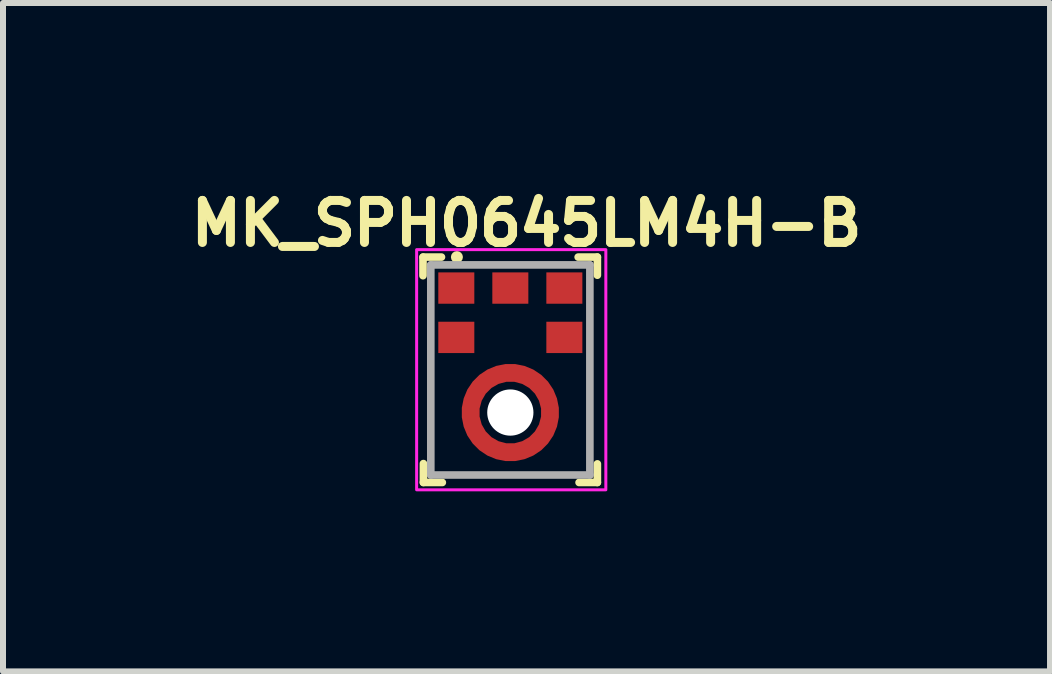
<source format=kicad_pcb>
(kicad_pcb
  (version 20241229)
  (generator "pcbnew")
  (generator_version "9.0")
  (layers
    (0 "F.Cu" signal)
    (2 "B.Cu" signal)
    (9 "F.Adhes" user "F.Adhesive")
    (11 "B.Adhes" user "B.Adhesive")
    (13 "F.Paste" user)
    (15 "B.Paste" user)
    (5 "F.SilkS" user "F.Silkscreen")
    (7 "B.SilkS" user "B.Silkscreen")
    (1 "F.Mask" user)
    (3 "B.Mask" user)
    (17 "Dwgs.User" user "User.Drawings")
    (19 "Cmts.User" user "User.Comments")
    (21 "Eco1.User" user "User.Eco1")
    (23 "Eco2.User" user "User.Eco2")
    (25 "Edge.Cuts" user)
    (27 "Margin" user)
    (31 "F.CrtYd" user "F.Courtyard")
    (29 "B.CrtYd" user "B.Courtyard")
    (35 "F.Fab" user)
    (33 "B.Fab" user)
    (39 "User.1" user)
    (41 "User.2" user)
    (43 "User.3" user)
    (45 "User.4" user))
  (footprint "MK_SPH0645LM4H-B"
    (layer "F.Cu")
    (at 5.452 3.823)
    (property "Reference" "MK_SPH0645LM4H-B" (at 0.27 -3.15 0) (layer "F.SilkS") (effects (font (size 0.7 0.7) (thickness 0.15) (bold yes))))
    (attr smd)
    (fp_circle (center 0 0) (end 0.662 0) (stroke (width 0.3) (type default)) (fill no) (layer "F.Mask"))
    (fp_line (start -1.455 -2.28) (end -1.455 -2.59) (stroke (width 0.127) (type solid)) (layer "F.SilkS"))
    (fp_line (start -1.452 -2.59) (end -1.147 -2.59) (stroke (width 0.127) (type solid)) (layer "F.SilkS"))
    (fp_line (start -1.448 1.165) (end -1.448 0.85) (stroke (width 0.127) (type solid)) (layer "F.SilkS"))
    (fp_line (start -1.133 1.165) (end -1.448 1.165) (stroke (width 0.127) (type solid)) (layer "F.SilkS"))
    (fp_line (start 1.13 -2.59) (end 1.45 -2.59) (stroke (width 0.127) (type solid)) (layer "F.SilkS"))
    (fp_line (start 1.45 -2.59) (end 1.45 -2.288) (stroke (width 0.127) (type solid)) (layer "F.SilkS"))
    (fp_line (start 1.45 0.855) (end 1.45 1.165) (stroke (width 0.127) (type solid)) (layer "F.SilkS"))
    (fp_line (start 1.45 1.165) (end 1.145 1.165) (stroke (width 0.127) (type solid)) (layer "F.SilkS"))
    (fp_circle (center -0.89 -2.59) (end -0.84 -2.59) (stroke (width 0.1) (type solid)) (fill no) (layer "F.SilkS"))
    (fp_poly (pts (xy 0.38 0.53) (xy 0.28 0.425) (xy 0.23 0.46) (xy 0.12 0.5) (xy 0 0.514) (xy -0.12 0.5) (xy -0.225 0.462) (xy -0.288 0.426) (xy -0.385 0.525) (xy -0.5 0.64) (xy -0.405 0.705) (xy -0.31 0.75) (xy -0.22 0.78) (xy -0.14 0.8) (xy 0 0.81) (xy 0.16 0.796) (xy 0.31 0.75) (xy 0.425 0.69) (xy 0.495 0.645)) (stroke (width 0.001) (type solid)) (fill yes) (layer "F.Paste"))
    (fp_poly (pts (xy -0.375 -0.53) (xy -0.28 -0.435) (xy -0.23 -0.46) (xy -0.175 -0.485) (xy -0.12 -0.5) (xy -0.06 -0.51) (xy 0 -0.514) (xy 0.12 -0.5) (xy 0.225 -0.462) (xy 0.283 -0.426) (xy 0.385 -0.525) (xy 0.5 -0.64) (xy 0.41 -0.7) (xy 0.31 -0.75) (xy 0.23 -0.78) (xy 0.14 -0.8) (xy 0 -0.81) (xy -0.16 -0.796) (xy -0.31 -0.75) (xy -0.415 -0.7) (xy -0.49 -0.645)) (stroke (width 0.001) (type solid)) (fill yes) (layer "F.Paste"))
    (fp_poly (pts (xy 0.53 -0.385) (xy 0.425 -0.28) (xy 0.46 -0.23) (xy 0.5 -0.12) (xy 0.514 0) (xy 0.5 0.12) (xy 0.462 0.225) (xy 0.421 0.283) (xy 0.52 0.38) (xy 0.64 0.5) (xy 0.705 0.405) (xy 0.75 0.31) (xy 0.78 0.23) (xy 0.8 0.14) (xy 0.81 0.06) (xy 0.81 -0.065) (xy 0.796 -0.16) (xy 0.78 -0.235) (xy 0.75 -0.31) (xy 0.705 -0.405) (xy 0.64 -0.5)) (stroke (width 0.001) (type solid)) (fill yes) (layer "F.Paste"))
    (fp_poly (pts (xy -0.53 0.385) (xy -0.43 0.285) (xy -0.465 0.23) (xy -0.505 0.12) (xy -0.51 0.12) (xy -0.505 0.11) (xy -0.52 0.005) (xy -0.524 -0.005) (xy -0.52 -0.005) (xy -0.505 -0.125) (xy -0.462 -0.225) (xy -0.426 -0.293) (xy -0.525 -0.39) (xy -0.635 -0.505) (xy -0.7 -0.41) (xy -0.75 -0.31) (xy -0.78 -0.22) (xy -0.8 -0.14) (xy -0.81 0) (xy -0.796 0.16) (xy -0.75 0.31) (xy -0.705 0.4) (xy -0.64 0.5)) (stroke (width 0.001) (type solid)) (fill yes) (layer "F.Paste"))
    (fp_rect (start -1.561 -2.714) (end 1.591 1.287) (stroke (width 0.05) (type default)) (fill no) (layer "F.CrtYd"))
    (fp_line (start -1.325 -2.46) (end 1.325 -2.46) (stroke (width 0.127) (type solid)) (layer "F.Fab"))
    (fp_line (start -1.325 1.04) (end -1.325 -2.46) (stroke (width 0.127) (type solid)) (layer "F.Fab"))
    (fp_line (start 1.325 -2.46) (end 1.325 1.04) (stroke (width 0.127) (type solid)) (layer "F.Fab"))
    (fp_line (start 1.325 1.04) (end -1.325 1.04) (stroke (width 0.127) (type solid)) (layer "F.Fab"))
    (fp_line (start -1.31 -2.46) (end -1.31 1.04) (stroke (width 0.01) (type solid)) (layer "User.9"))
    (fp_line (start -1.31 1.04) (end 1.34 1.04) (stroke (width 0.01) (type solid)) (layer "User.9"))
    (fp_line (start -1.215 -2.085) (end -1.215 0.665) (stroke (width 0.01) (type solid)) (layer "User.9"))
    (fp_line (start -1.215 -2.085) (end -1.132 -2.085) (stroke (width 0.01) (type solid)) (layer "User.9"))
    (fp_line (start -1.215 0.665) (end -1.212 0.709) (stroke (width 0.01) (type solid)) (layer "User.9"))
    (fp_line (start -1.212 -2.129) (end -1.215 -2.085) (stroke (width 0.01) (type solid)) (layer "User.9"))
    (fp_line (start -1.212 0.709) (end -1.201 0.752) (stroke (width 0.01) (type solid)) (layer "User.9"))
    (fp_line (start -1.201 -2.172) (end -1.212 -2.129) (stroke (width 0.01) (type solid)) (layer "User.9"))
    (fp_line (start -1.201 0.752) (end -1.184 0.792) (stroke (width 0.01) (type solid)) (layer "User.9"))
    (fp_line (start -1.184 -2.212) (end -1.201 -2.172) (stroke (width 0.01) (type solid)) (layer "User.9"))
    (fp_line (start -1.184 0.792) (end -1.162 0.83) (stroke (width 0.01) (type solid)) (layer "User.9"))
    (fp_line (start -1.162 -2.25) (end -1.184 -2.212) (stroke (width 0.01) (type solid)) (layer "User.9"))
    (fp_line (start -1.162 0.83) (end -1.133 0.863) (stroke (width 0.01) (type solid)) (layer "User.9"))
    (fp_line (start -1.135 -2.085) (end -1.135 0.665) (stroke (width 0.01) (type solid)) (layer "User.9"))
    (fp_line (start -1.135 0.665) (end -1.132 0.665) (stroke (width 0.01) (type solid)) (layer "User.9"))
    (fp_line (start -1.135 0.665) (end -1.131 0.704) (stroke (width 0.01) (type solid)) (layer "User.9"))
    (fp_line (start -1.135 0.665) (end -1.11 0.665) (stroke (width 0.01) (type default)) (layer "User.9"))
    (fp_line (start -1.133 -2.283) (end -1.162 -2.25) (stroke (width 0.01) (type solid)) (layer "User.9"))
    (fp_line (start -1.133 0.863) (end -1.1 0.892) (stroke (width 0.01) (type solid)) (layer "User.9"))
    (fp_line (start -1.132 -2.085) (end -1.129 -2.085) (stroke (width 0.01) (type solid)) (layer "User.9"))
    (fp_line (start -1.132 0.665) (end -1.129 0.665) (stroke (width 0.01) (type solid)) (layer "User.9"))
    (fp_line (start -1.131 -2.124) (end -1.135 -2.085) (stroke (width 0.01) (type solid)) (layer "User.9"))
    (fp_line (start -1.131 0.704) (end -1.12 0.742) (stroke (width 0.01) (type solid)) (layer "User.9"))
    (fp_line (start -1.129 -2.085) (end -1.127 -2.085) (stroke (width 0.01) (type solid)) (layer "User.9"))
    (fp_line (start -1.129 0.665) (end -1.127 0.665) (stroke (width 0.01) (type solid)) (layer "User.9"))
    (fp_line (start -1.127 -2.085) (end -1.124 -2.085) (stroke (width 0.01) (type solid)) (layer "User.9"))
    (fp_line (start -1.127 0.665) (end -1.124 0.665) (stroke (width 0.01) (type solid)) (layer "User.9"))
    (fp_line (start -1.124 -2.085) (end -1.122 -2.085) (stroke (width 0.01) (type solid)) (layer "User.9"))
    (fp_line (start -1.124 0.665) (end -1.122 0.665) (stroke (width 0.01) (type solid)) (layer "User.9"))
    (fp_line (start -1.122 -2.085) (end -1.119 -2.085) (stroke (width 0.01) (type solid)) (layer "User.9"))
    (fp_line (start -1.122 0.665) (end -1.119 0.665) (stroke (width 0.01) (type solid)) (layer "User.9"))
    (fp_line (start -1.12 -2.162) (end -1.131 -2.124) (stroke (width 0.01) (type solid)) (layer "User.9"))
    (fp_line (start -1.12 0.742) (end -1.101 0.776) (stroke (width 0.01) (type solid)) (layer "User.9"))
    (fp_line (start -1.119 -2.085) (end -1.117 -2.085) (stroke (width 0.01) (type solid)) (layer "User.9"))
    (fp_line (start -1.119 0.665) (end -1.117 0.665) (stroke (width 0.01) (type solid)) (layer "User.9"))
    (fp_line (start -1.117 -2.085) (end -1.115 -2.085) (stroke (width 0.01) (type solid)) (layer "User.9"))
    (fp_line (start -1.117 0.665) (end -1.115 0.665) (stroke (width 0.01) (type solid)) (layer "User.9"))
    (fp_line (start -1.115 -2.085) (end -1.114 -2.085) (stroke (width 0.01) (type solid)) (layer "User.9"))
    (fp_line (start -1.115 0.665) (end -1.114 0.665) (stroke (width 0.01) (type solid)) (layer "User.9"))
    (fp_line (start -1.114 -2.085) (end -1.112 -2.085) (stroke (width 0.01) (type solid)) (layer "User.9"))
    (fp_line (start -1.114 0.665) (end -1.112 0.665) (stroke (width 0.01) (type solid)) (layer "User.9"))
    (fp_line (start -1.112 -2.085) (end -1.111 -2.085) (stroke (width 0.01) (type solid)) (layer "User.9"))
    (fp_line (start -1.112 0.665) (end -1.111 0.665) (stroke (width 0.01) (type solid)) (layer "User.9"))
    (fp_line (start -1.111 -2.085) (end -1.111 -2.085) (stroke (width 0.01) (type solid)) (layer "User.9"))
    (fp_line (start -1.111 0.665) (end -1.111 0.665) (stroke (width 0.01) (type solid)) (layer "User.9"))
    (fp_line (start -1.111 -2.085) (end -1.11 -2.085) (stroke (width 0.01) (type solid)) (layer "User.9"))
    (fp_line (start -1.111 0.665) (end -1.11 0.665) (stroke (width 0.01) (type solid)) (layer "User.9"))
    (fp_line (start -1.11 -2.085) (end -0.935 -2.085) (stroke (width 0.01) (type solid)) (layer "User.9"))
    (fp_line (start -1.11 0.665) (end -1.11 0.665) (stroke (width 0.01) (type solid)) (layer "User.9"))
    (fp_line (start -1.11 -2.085) (end -1.109 -2.085) (stroke (width 0.01) (type solid)) (layer "User.9"))
    (fp_line (start -1.11 -2.085) (end -1.107 -2.119) (stroke (width 0.01) (type solid)) (layer "User.9"))
    (fp_line (start -1.11 -2.085) (end -1.107 -2.119) (stroke (width 0.01) (type solid)) (layer "User.9"))
    (fp_line (start -1.11 0.665) (end -1.11 -2.085) (stroke (width 0.01) (type solid)) (layer "User.9"))
    (fp_line (start -1.11 0.665) (end -1.109 0.665) (stroke (width 0.01) (type solid)) (layer "User.9"))
    (fp_line (start -1.109 -2.085) (end -1.106 -2.085) (stroke (width 0.01) (type solid)) (layer "User.9"))
    (fp_line (start -1.109 0.665) (end -1.106 0.665) (stroke (width 0.01) (type solid)) (layer "User.9"))
    (fp_line (start -1.107 -2.119) (end -1.097 -2.152) (stroke (width 0.01) (type solid)) (layer "User.9"))
    (fp_line (start -1.107 -2.119) (end -1.097 -2.152) (stroke (width 0.01) (type solid)) (layer "User.9"))
    (fp_line (start -1.107 0.699) (end -1.11 0.665) (stroke (width 0.01) (type solid)) (layer "User.9"))
    (fp_line (start -1.107 0.699) (end -1.11 0.665) (stroke (width 0.01) (type solid)) (layer "User.9"))
    (fp_line (start -1.106 -2.085) (end -1.102 -2.085) (stroke (width 0.01) (type solid)) (layer "User.9"))
    (fp_line (start -1.106 0.665) (end -1.102 0.665) (stroke (width 0.01) (type solid)) (layer "User.9"))
    (fp_line (start -1.102 -2.085) (end -0.96 -2.085) (stroke (width 0.01) (type solid)) (layer "User.9"))
    (fp_line (start -1.102 0.665) (end -1.095 0.665) (stroke (width 0.01) (type solid)) (layer "User.9"))
    (fp_line (start -1.101 -2.196) (end -1.12 -2.162) (stroke (width 0.01) (type solid)) (layer "User.9"))
    (fp_line (start -1.101 0.776) (end -1.076 0.806) (stroke (width 0.01) (type solid)) (layer "User.9"))
    (fp_line (start -1.1 -2.312) (end -1.133 -2.283) (stroke (width 0.01) (type solid)) (layer "User.9"))
    (fp_line (start -1.1 0.892) (end -1.062 0.914) (stroke (width 0.01) (type solid)) (layer "User.9"))
    (fp_line (start -1.097 -2.152) (end -1.081 -2.182) (stroke (width 0.01) (type solid)) (layer "User.9"))
    (fp_line (start -1.097 -2.152) (end -1.081 -2.182) (stroke (width 0.01) (type solid)) (layer "User.9"))
    (fp_line (start -1.097 0.732) (end -1.107 0.699) (stroke (width 0.01) (type solid)) (layer "User.9"))
    (fp_line (start -1.097 0.732) (end -1.107 0.699) (stroke (width 0.01) (type solid)) (layer "User.9"))
    (fp_line (start -1.095 -2.085) (end -1.102 -2.085) (stroke (width 0.01) (type default)) (layer "User.9"))
    (fp_line (start -1.095 -2.085) (end -1.087 -2.085) (stroke (width 0.01) (type solid)) (layer "User.9"))
    (fp_line (start -1.095 0.665) (end -1.087 0.665) (stroke (width 0.01) (type solid)) (layer "User.9"))
    (fp_line (start -1.087 -2.085) (end -1.077 -2.085) (stroke (width 0.01) (type solid)) (layer "User.9"))
    (fp_line (start -1.087 0.665) (end -1.077 0.665) (stroke (width 0.01) (type solid)) (layer "User.9"))
    (fp_line (start -1.081 -2.182) (end -1.059 -2.209) (stroke (width 0.01) (type solid)) (layer "User.9"))
    (fp_line (start -1.081 -2.182) (end -1.059 -2.209) (stroke (width 0.01) (type solid)) (layer "User.9"))
    (fp_line (start -1.081 0.762) (end -1.097 0.732) (stroke (width 0.01) (type solid)) (layer "User.9"))
    (fp_line (start -1.081 0.762) (end -1.097 0.732) (stroke (width 0.01) (type solid)) (layer "User.9"))
    (fp_line (start -1.077 -2.085) (end -1.066 -2.085) (stroke (width 0.01) (type solid)) (layer "User.9"))
    (fp_line (start -1.077 0.665) (end -1.066 0.665) (stroke (width 0.01) (type solid)) (layer "User.9"))
    (fp_line (start -1.076 -2.226) (end -1.101 -2.196) (stroke (width 0.01) (type solid)) (layer "User.9"))
    (fp_line (start -1.076 0.806) (end -1.046 0.831) (stroke (width 0.01) (type solid)) (layer "User.9"))
    (fp_line (start -1.066 -2.085) (end -1.054 -2.085) (stroke (width 0.01) (type solid)) (layer "User.9"))
    (fp_line (start -1.066 0.665) (end -1.054 0.665) (stroke (width 0.01) (type solid)) (layer "User.9"))
    (fp_line (start -1.062 -2.334) (end -1.1 -2.312) (stroke (width 0.01) (type solid)) (layer "User.9"))
    (fp_line (start -1.062 0.914) (end -1.022 0.931) (stroke (width 0.01) (type solid)) (layer "User.9"))
    (fp_line (start -1.059 -2.209) (end -1.032 -2.231) (stroke (width 0.01) (type solid)) (layer "User.9"))
    (fp_line (start -1.059 -2.209) (end -1.032 -2.231) (stroke (width 0.01) (type solid)) (layer "User.9"))
    (fp_line (start -1.059 0.789) (end -1.081 0.762) (stroke (width 0.01) (type solid)) (layer "User.9"))
    (fp_line (start -1.059 0.789) (end -1.081 0.762) (stroke (width 0.01) (type solid)) (layer "User.9"))
    (fp_line (start -1.054 -2.085) (end -1.04 -2.085) (stroke (width 0.01) (type solid)) (layer "User.9"))
    (fp_line (start -1.054 0.665) (end -1.04 0.665) (stroke (width 0.01) (type solid)) (layer "User.9"))
    (fp_line (start -1.046 -2.251) (end -1.076 -2.226) (stroke (width 0.01) (type solid)) (layer "User.9"))
    (fp_line (start -1.046 0.831) (end -1.012 0.85) (stroke (width 0.01) (type solid)) (layer "User.9"))
    (fp_line (start -1.04 -2.085) (end -1.025 -2.085) (stroke (width 0.01) (type solid)) (layer "User.9"))
    (fp_line (start -1.04 0.665) (end -1.025 0.665) (stroke (width 0.01) (type solid)) (layer "User.9"))
    (fp_line (start -1.032 -2.231) (end -1.002 -2.247) (stroke (width 0.01) (type solid)) (layer "User.9"))
    (fp_line (start -1.032 -2.231) (end -1.002 -2.247) (stroke (width 0.01) (type solid)) (layer "User.9"))
    (fp_line (start -1.032 0.811) (end -1.059 0.789) (stroke (width 0.01) (type solid)) (layer "User.9"))
    (fp_line (start -1.032 0.811) (end -1.059 0.789) (stroke (width 0.01) (type solid)) (layer "User.9"))
    (fp_line (start -1.025 -2.085) (end -1.01 -2.085) (stroke (width 0.01) (type solid)) (layer "User.9"))
    (fp_line (start -1.025 0.665) (end -1.01 0.665) (stroke (width 0.01) (type solid)) (layer "User.9"))
    (fp_line (start -1.022 -2.351) (end -1.062 -2.334) (stroke (width 0.01) (type solid)) (layer "User.9"))
    (fp_line (start -1.022 0.931) (end -0.979 0.942) (stroke (width 0.01) (type solid)) (layer "User.9"))
    (fp_line (start -1.012 -2.27) (end -1.046 -2.251) (stroke (width 0.01) (type solid)) (layer "User.9"))
    (fp_line (start -1.012 0.85) (end -0.974 0.861) (stroke (width 0.01) (type solid)) (layer "User.9"))
    (fp_line (start -1.01 -2.085) (end -0.993 -2.085) (stroke (width 0.01) (type solid)) (layer "User.9"))
    (fp_line (start -1.01 0.665) (end -0.993 0.665) (stroke (width 0.01) (type solid)) (layer "User.9"))
    (fp_line (start -1.002 -2.247) (end -0.969 -2.257) (stroke (width 0.01) (type solid)) (layer "User.9"))
    (fp_line (start -1.002 -2.247) (end -0.969 -2.257) (stroke (width 0.01) (type solid)) (layer "User.9"))
    (fp_line (start -1.002 0.827) (end -1.032 0.811) (stroke (width 0.01) (type solid)) (layer "User.9"))
    (fp_line (start -1.002 0.827) (end -1.032 0.811) (stroke (width 0.01) (type solid)) (layer "User.9"))
    (fp_line (start -0.993 -2.085) (end -0.977 -2.085) (stroke (width 0.01) (type solid)) (layer "User.9"))
    (fp_line (start -0.993 0.665) (end -0.977 0.665) (stroke (width 0.01) (type solid)) (layer "User.9"))
    (fp_line (start -0.979 -2.362) (end -1.022 -2.351) (stroke (width 0.01) (type solid)) (layer "User.9"))
    (fp_line (start -0.979 0.942) (end -0.935 0.945) (stroke (width 0.01) (type solid)) (layer "User.9"))
    (fp_line (start -0.977 -2.085) (end -0.96 -2.085) (stroke (width 0.01) (type solid)) (layer "User.9"))
    (fp_line (start -0.977 0.665) (end -0.935 0.665) (stroke (width 0.01) (type solid)) (layer "User.9"))
    (fp_line (start -0.974 -2.281) (end -1.012 -2.27) (stroke (width 0.01) (type solid)) (layer "User.9"))
    (fp_line (start -0.974 0.861) (end -0.935 0.865) (stroke (width 0.01) (type solid)) (layer "User.9"))
    (fp_line (start -0.969 -2.257) (end -0.935 -2.26) (stroke (width 0.01) (type solid)) (layer "User.9"))
    (fp_line (start -0.969 -2.257) (end -0.935 -2.26) (stroke (width 0.01) (type solid)) (layer "User.9"))
    (fp_line (start -0.969 0.837) (end -1.002 0.827) (stroke (width 0.01) (type solid)) (layer "User.9"))
    (fp_line (start -0.969 0.837) (end -1.002 0.827) (stroke (width 0.01) (type solid)) (layer "User.9"))
    (fp_line (start -0.96 -2.085) (end -0.96 0.665) (stroke (width 0.01) (type solid)) (layer "User.9"))
    (fp_line (start -0.96 0.665) (end -0.957 0.677) (stroke (width 0.01) (type solid)) (layer "User.9"))
    (fp_line (start -0.957 -2.098) (end -0.96 -2.085) (stroke (width 0.01) (type default)) (layer "User.9"))
    (fp_line (start -0.957 0.677) (end -0.948 0.687) (stroke (width 0.01) (type solid)) (layer "User.9"))
    (fp_line (start -0.948 -2.107) (end -0.957 -2.098) (stroke (width 0.01) (type solid)) (layer "User.9"))
    (fp_line (start -0.948 0.687) (end -0.935 0.69) (stroke (width 0.01) (type solid)) (layer "User.9"))
    (fp_line (start -0.935 -2.365) (end -0.979 -2.362) (stroke (width 0.01) (type solid)) (layer "User.9"))
    (fp_line (start -0.935 -2.285) (end -0.974 -2.281) (stroke (width 0.01) (type solid)) (layer "User.9"))
    (fp_line (start -0.935 -2.285) (end -0.935 -2.282) (stroke (width 0.01) (type solid)) (layer "User.9"))
    (fp_line (start -0.935 -2.285) (end -0.935 -2.259) (stroke (width 0.01) (type solid)) (layer "User.9"))
    (fp_line (start -0.935 -2.282) (end -0.935 -2.279) (stroke (width 0.01) (type solid)) (layer "User.9"))
    (fp_line (start -0.935 -2.279) (end -0.935 -2.277) (stroke (width 0.01) (type solid)) (layer "User.9"))
    (fp_line (start -0.935 -2.277) (end -0.935 -2.274) (stroke (width 0.01) (type solid)) (layer "User.9"))
    (fp_line (start -0.935 -2.274) (end -0.935 -2.272) (stroke (width 0.01) (type solid)) (layer "User.9"))
    (fp_line (start -0.935 -2.272) (end -0.935 -2.269) (stroke (width 0.01) (type solid)) (layer "User.9"))
    (fp_line (start -0.935 -2.269) (end -0.935 -2.267) (stroke (width 0.01) (type solid)) (layer "User.9"))
    (fp_line (start -0.935 -2.267) (end -0.935 -2.265) (stroke (width 0.01) (type solid)) (layer "User.9"))
    (fp_line (start -0.935 -2.265) (end -0.935 -2.264) (stroke (width 0.01) (type solid)) (layer "User.9"))
    (fp_line (start -0.935 -2.264) (end -0.935 -2.262) (stroke (width 0.01) (type solid)) (layer "User.9"))
    (fp_line (start -0.935 -2.262) (end -0.935 -2.261) (stroke (width 0.01) (type solid)) (layer "User.9"))
    (fp_line (start -0.935 -2.261) (end -0.935 -2.261) (stroke (width 0.01) (type solid)) (layer "User.9"))
    (fp_line (start -0.935 -2.261) (end -0.935 -2.26) (stroke (width 0.01) (type solid)) (layer "User.9"))
    (fp_line (start -0.935 -2.26) (end -0.935 -2.26) (stroke (width 0.01) (type solid)) (layer "User.9"))
    (fp_line (start -0.935 -2.26) (end 0.965 -2.26) (stroke (width 0.01) (type solid)) (layer "User.9"))
    (fp_line (start -0.935 -2.259) (end -0.935 -2.256) (stroke (width 0.01) (type solid)) (layer "User.9"))
    (fp_line (start -0.935 -2.256) (end -0.935 -2.252) (stroke (width 0.01) (type solid)) (layer "User.9"))
    (fp_line (start -0.935 -2.252) (end -0.935 -2.245) (stroke (width 0.01) (type solid)) (layer "User.9"))
    (fp_line (start -0.935 -2.245) (end -0.935 -2.237) (stroke (width 0.01) (type solid)) (layer "User.9"))
    (fp_line (start -0.935 -2.237) (end -0.935 -2.227) (stroke (width 0.01) (type solid)) (layer "User.9"))
    (fp_line (start -0.935 -2.227) (end -0.935 -2.216) (stroke (width 0.01) (type solid)) (layer "User.9"))
    (fp_line (start -0.935 -2.216) (end -0.935 -2.204) (stroke (width 0.01) (type solid)) (layer "User.9"))
    (fp_line (start -0.935 -2.204) (end -0.935 -2.19) (stroke (width 0.01) (type solid)) (layer "User.9"))
    (fp_line (start -0.935 -2.19) (end -0.935 -2.175) (stroke (width 0.01) (type solid)) (layer "User.9"))
    (fp_line (start -0.935 -2.175) (end -0.935 -2.16) (stroke (width 0.01) (type solid)) (layer "User.9"))
    (fp_line (start -0.935 -2.16) (end -0.935 -2.143) (stroke (width 0.01) (type solid)) (layer "User.9"))
    (fp_line (start -0.935 -2.143) (end -0.935 -2.127) (stroke (width 0.01) (type solid)) (layer "User.9"))
    (fp_line (start -0.935 -2.127) (end -0.935 -2.085) (stroke (width 0.01) (type solid)) (layer "User.9"))
    (fp_line (start -0.935 -2.11) (end -0.948 -2.107) (stroke (width 0.01) (type solid)) (layer "User.9"))
    (fp_line (start -0.935 0.665) (end -0.935 0.707) (stroke (width 0.01) (type solid)) (layer "User.9"))
    (fp_line (start -0.935 0.69) (end 0.965 0.69) (stroke (width 0.01) (type solid)) (layer "User.9"))
    (fp_line (start -0.935 0.707) (end -0.935 0.723) (stroke (width 0.01) (type solid)) (layer "User.9"))
    (fp_line (start -0.935 0.723) (end -0.935 0.74) (stroke (width 0.01) (type solid)) (layer "User.9"))
    (fp_line (start -0.935 0.74) (end -0.935 0.755) (stroke (width 0.01) (type solid)) (layer "User.9"))
    (fp_line (start -0.935 0.755) (end -0.935 0.77) (stroke (width 0.01) (type solid)) (layer "User.9"))
    (fp_line (start -0.935 0.77) (end -0.935 0.784) (stroke (width 0.01) (type solid)) (layer "User.9"))
    (fp_line (start -0.935 0.784) (end -0.935 0.796) (stroke (width 0.01) (type solid)) (layer "User.9"))
    (fp_line (start -0.935 0.796) (end -0.935 0.807) (stroke (width 0.01) (type solid)) (layer "User.9"))
    (fp_line (start -0.935 0.807) (end -0.935 0.817) (stroke (width 0.01) (type solid)) (layer "User.9"))
    (fp_line (start -0.935 0.817) (end -0.935 0.825) (stroke (width 0.01) (type solid)) (layer "User.9"))
    (fp_line (start -0.935 0.825) (end -0.935 0.832) (stroke (width 0.01) (type solid)) (layer "User.9"))
    (fp_line (start -0.935 0.832) (end -0.935 0.836) (stroke (width 0.01) (type solid)) (layer "User.9"))
    (fp_line (start -0.935 0.836) (end -0.935 0.839) (stroke (width 0.01) (type solid)) (layer "User.9"))
    (fp_line (start -0.935 0.839) (end -0.935 0.84) (stroke (width 0.01) (type solid)) (layer "User.9"))
    (fp_line (start -0.935 0.84) (end -0.969 0.837) (stroke (width 0.01) (type solid)) (layer "User.9"))
    (fp_line (start -0.935 0.84) (end -0.969 0.837) (stroke (width 0.01) (type solid)) (layer "User.9"))
    (fp_line (start -0.935 0.84) (end -0.935 0.84) (stroke (width 0.01) (type solid)) (layer "User.9"))
    (fp_line (start -0.935 0.84) (end -0.935 0.841) (stroke (width 0.01) (type solid)) (layer "User.9"))
    (fp_line (start -0.935 0.841) (end -0.935 0.841) (stroke (width 0.01) (type solid)) (layer "User.9"))
    (fp_line (start -0.935 0.841) (end -0.935 0.842) (stroke (width 0.01) (type solid)) (layer "User.9"))
    (fp_line (start -0.935 0.842) (end -0.935 0.844) (stroke (width 0.01) (type solid)) (layer "User.9"))
    (fp_line (start -0.935 0.844) (end -0.935 0.845) (stroke (width 0.01) (type solid)) (layer "User.9"))
    (fp_line (start -0.935 0.845) (end -0.935 0.847) (stroke (width 0.01) (type solid)) (layer "User.9"))
    (fp_line (start -0.935 0.847) (end -0.935 0.849) (stroke (width 0.01) (type solid)) (layer "User.9"))
    (fp_line (start -0.935 0.849) (end -0.935 0.852) (stroke (width 0.01) (type solid)) (layer "User.9"))
    (fp_line (start -0.935 0.852) (end -0.935 0.854) (stroke (width 0.01) (type solid)) (layer "User.9"))
    (fp_line (start -0.935 0.854) (end -0.935 0.857) (stroke (width 0.01) (type solid)) (layer "User.9"))
    (fp_line (start -0.935 0.857) (end -0.935 0.859) (stroke (width 0.01) (type solid)) (layer "User.9"))
    (fp_line (start -0.935 0.859) (end -0.935 0.862) (stroke (width 0.01) (type solid)) (layer "User.9"))
    (fp_line (start -0.935 0.862) (end -0.935 0.865) (stroke (width 0.01) (type solid)) (layer "User.9"))
    (fp_line (start -0.935 0.865) (end 0.965 0.865) (stroke (width 0.01) (type solid)) (layer "User.9"))
    (fp_line (start -0.935 0.945) (end 0.965 0.945) (stroke (width 0.01) (type solid)) (layer "User.9"))
    (fp_line (start 0.965 -2.365) (end -0.935 -2.365) (stroke (width 0.01) (type solid)) (layer "User.9"))
    (fp_line (start 0.965 -2.285) (end -0.935 -2.285) (stroke (width 0.01) (type solid)) (layer "User.9"))
    (fp_line (start 0.965 -2.285) (end 0.965 -2.282) (stroke (width 0.01) (type solid)) (layer "User.9"))
    (fp_line (start 0.965 -2.282) (end 0.965 -2.279) (stroke (width 0.01) (type solid)) (layer "User.9"))
    (fp_line (start 0.965 -2.279) (end 0.965 -2.277) (stroke (width 0.01) (type solid)) (layer "User.9"))
    (fp_line (start 0.965 -2.277) (end 0.965 -2.274) (stroke (width 0.01) (type solid)) (layer "User.9"))
    (fp_line (start 0.965 -2.274) (end 0.965 -2.272) (stroke (width 0.01) (type solid)) (layer "User.9"))
    (fp_line (start 0.965 -2.272) (end 0.965 -2.269) (stroke (width 0.01) (type solid)) (layer "User.9"))
    (fp_line (start 0.965 -2.269) (end 0.965 -2.267) (stroke (width 0.01) (type solid)) (layer "User.9"))
    (fp_line (start 0.965 -2.267) (end 0.965 -2.265) (stroke (width 0.01) (type solid)) (layer "User.9"))
    (fp_line (start 0.965 -2.265) (end 0.965 -2.264) (stroke (width 0.01) (type solid)) (layer "User.9"))
    (fp_line (start 0.965 -2.264) (end 0.965 -2.262) (stroke (width 0.01) (type solid)) (layer "User.9"))
    (fp_line (start 0.965 -2.262) (end 0.965 -2.261) (stroke (width 0.01) (type solid)) (layer "User.9"))
    (fp_line (start 0.965 -2.261) (end 0.965 -2.261) (stroke (width 0.01) (type solid)) (layer "User.9"))
    (fp_line (start 0.965 -2.261) (end 0.965 -2.26) (stroke (width 0.01) (type solid)) (layer "User.9"))
    (fp_line (start 0.965 -2.26) (end 0.965 -2.26) (stroke (width 0.01) (type solid)) (layer "User.9"))
    (fp_line (start 0.965 -2.26) (end 0.965 -2.259) (stroke (width 0.01) (type solid)) (layer "User.9"))
    (fp_line (start 0.965 -2.26) (end 0.999 -2.257) (stroke (width 0.01) (type solid)) (layer "User.9"))
    (fp_line (start 0.965 -2.26) (end 0.999 -2.257) (stroke (width 0.01) (type solid)) (layer "User.9"))
    (fp_line (start 0.965 -2.259) (end 0.965 -2.256) (stroke (width 0.01) (type solid)) (layer "User.9"))
    (fp_line (start 0.965 -2.256) (end 0.965 -2.252) (stroke (width 0.01) (type solid)) (layer "User.9"))
    (fp_line (start 0.965 -2.252) (end 0.965 -2.245) (stroke (width 0.01) (type solid)) (layer "User.9"))
    (fp_line (start 0.965 -2.245) (end 0.965 -2.237) (stroke (width 0.01) (type solid)) (layer "User.9"))
    (fp_line (start 0.965 -2.237) (end 0.965 -2.227) (stroke (width 0.01) (type solid)) (layer "User.9"))
    (fp_line (start 0.965 -2.227) (end 0.965 -2.216) (stroke (width 0.01) (type solid)) (layer "User.9"))
    (fp_line (start 0.965 -2.216) (end 0.965 -2.204) (stroke (width 0.01) (type solid)) (layer "User.9"))
    (fp_line (start 0.965 -2.204) (end 0.965 -2.19) (stroke (width 0.01) (type solid)) (layer "User.9"))
    (fp_line (start 0.965 -2.19) (end 0.965 -2.175) (stroke (width 0.01) (type solid)) (layer "User.9"))
    (fp_line (start 0.965 -2.175) (end 0.965 -2.16) (stroke (width 0.01) (type solid)) (layer "User.9"))
    (fp_line (start 0.965 -2.16) (end 0.965 -2.143) (stroke (width 0.01) (type solid)) (layer "User.9"))
    (fp_line (start 0.965 -2.143) (end 0.965 -2.127) (stroke (width 0.01) (type solid)) (layer "User.9"))
    (fp_line (start 0.965 -2.127) (end 0.965 -2.085) (stroke (width 0.01) (type solid)) (layer "User.9"))
    (fp_line (start 0.965 -2.11) (end -0.935 -2.11) (stroke (width 0.01) (type solid)) (layer "User.9"))
    (fp_line (start 0.965 -2.085) (end 1.007 -2.085) (stroke (width 0.01) (type solid)) (layer "User.9"))
    (fp_line (start 0.965 0.665) (end 0.965 0.707) (stroke (width 0.01) (type solid)) (layer "User.9"))
    (fp_line (start 0.965 0.665) (end 1.007 0.665) (stroke (width 0.01) (type solid)) (layer "User.9"))
    (fp_line (start 0.965 0.69) (end 0.978 0.687) (stroke (width 0.01) (type solid)) (layer "User.9"))
    (fp_line (start 0.965 0.707) (end 0.965 0.723) (stroke (width 0.01) (type solid)) (layer "User.9"))
    (fp_line (start 0.965 0.723) (end 0.965 0.74) (stroke (width 0.01) (type solid)) (layer "User.9"))
    (fp_line (start 0.965 0.74) (end 0.965 0.755) (stroke (width 0.01) (type solid)) (layer "User.9"))
    (fp_line (start 0.965 0.755) (end 0.965 0.77) (stroke (width 0.01) (type solid)) (layer "User.9"))
    (fp_line (start 0.965 0.77) (end 0.965 0.784) (stroke (width 0.01) (type solid)) (layer "User.9"))
    (fp_line (start 0.965 0.784) (end 0.965 0.796) (stroke (width 0.01) (type solid)) (layer "User.9"))
    (fp_line (start 0.965 0.796) (end 0.965 0.807) (stroke (width 0.01) (type solid)) (layer "User.9"))
    (fp_line (start 0.965 0.807) (end 0.965 0.817) (stroke (width 0.01) (type solid)) (layer "User.9"))
    (fp_line (start 0.965 0.817) (end 0.965 0.825) (stroke (width 0.01) (type solid)) (layer "User.9"))
    (fp_line (start 0.965 0.825) (end 0.965 0.832) (stroke (width 0.01) (type solid)) (layer "User.9"))
    (fp_line (start 0.965 0.832) (end 0.965 0.836) (stroke (width 0.01) (type solid)) (layer "User.9"))
    (fp_line (start 0.965 0.836) (end 0.965 0.839) (stroke (width 0.01) (type solid)) (layer "User.9"))
    (fp_line (start 0.965 0.839) (end 0.965 0.84) (stroke (width 0.01) (type solid)) (layer "User.9"))
    (fp_line (start 0.965 0.84) (end -0.935 0.84) (stroke (width 0.01) (type solid)) (layer "User.9"))
    (fp_line (start 0.965 0.84) (end 0.965 0.84) (stroke (width 0.01) (type solid)) (layer "User.9"))
    (fp_line (start 0.965 0.84) (end 0.965 0.841) (stroke (width 0.01) (type solid)) (layer "User.9"))
    (fp_line (start 0.965 0.841) (end 0.965 0.841) (stroke (width 0.01) (type solid)) (layer "User.9"))
    (fp_line (start 0.965 0.841) (end 0.965 0.842) (stroke (width 0.01) (type solid)) (layer "User.9"))
    (fp_line (start 0.965 0.842) (end 0.965 0.844) (stroke (width 0.01) (type solid)) (layer "User.9"))
    (fp_line (start 0.965 0.844) (end 0.965 0.845) (stroke (width 0.01) (type solid)) (layer "User.9"))
    (fp_line (start 0.965 0.845) (end 0.965 0.847) (stroke (width 0.01) (type solid)) (layer "User.9"))
    (fp_line (start 0.965 0.847) (end 0.965 0.849) (stroke (width 0.01) (type solid)) (layer "User.9"))
    (fp_line (start 0.965 0.849) (end 0.965 0.852) (stroke (width 0.01) (type solid)) (layer "User.9"))
    (fp_line (start 0.965 0.852) (end 0.965 0.854) (stroke (width 0.01) (type solid)) (layer "User.9"))
    (fp_line (start 0.965 0.854) (end 0.965 0.857) (stroke (width 0.01) (type solid)) (layer "User.9"))
    (fp_line (start 0.965 0.857) (end 0.965 0.859) (stroke (width 0.01) (type solid)) (layer "User.9"))
    (fp_line (start 0.965 0.859) (end 0.965 0.862) (stroke (width 0.01) (type solid)) (layer "User.9"))
    (fp_line (start 0.965 0.862) (end 0.965 0.865) (stroke (width 0.01) (type solid)) (layer "User.9"))
    (fp_line (start 0.965 0.865) (end 0.965 0.84) (stroke (width 0.01) (type default)) (layer "User.9"))
    (fp_line (start 0.965 0.865) (end 1.004 0.861) (stroke (width 0.01) (type solid)) (layer "User.9"))
    (fp_line (start 0.965 0.945) (end 1.009 0.942) (stroke (width 0.01) (type solid)) (layer "User.9"))
    (fp_line (start 0.978 -2.107) (end 0.965 -2.11) (stroke (width 0.01) (type solid)) (layer "User.9"))
    (fp_line (start 0.978 0.687) (end 0.987 0.677) (stroke (width 0.01) (type solid)) (layer "User.9"))
    (fp_line (start 0.987 -2.098) (end 0.978 -2.107) (stroke (width 0.01) (type solid)) (layer "User.9"))
    (fp_line (start 0.987 0.677) (end 0.99 0.665) (stroke (width 0.01) (type solid)) (layer "User.9"))
    (fp_line (start 0.99 -2.085) (end 0.987 -2.098) (stroke (width 0.01) (type solid)) (layer "User.9"))
    (fp_line (start 0.99 0.665) (end 0.99 -2.085) (stroke (width 0.01) (type solid)) (layer "User.9"))
    (fp_line (start 0.999 -2.257) (end 1.032 -2.247) (stroke (width 0.01) (type solid)) (layer "User.9"))
    (fp_line (start 0.999 -2.257) (end 1.032 -2.247) (stroke (width 0.01) (type solid)) (layer "User.9"))
    (fp_line (start 0.999 0.837) (end 0.965 0.84) (stroke (width 0.01) (type solid)) (layer "User.9"))
    (fp_line (start 0.999 0.837) (end 0.965 0.84) (stroke (width 0.01) (type solid)) (layer "User.9"))
    (fp_line (start 1.004 -2.281) (end 0.965 -2.285) (stroke (width 0.01) (type solid)) (layer "User.9"))
    (fp_line (start 1.004 0.861) (end 1.042 0.85) (stroke (width 0.01) (type solid)) (layer "User.9"))
    (fp_line (start 1.007 -2.085) (end 1.023 -2.085) (stroke (width 0.01) (type solid)) (layer "User.9"))
    (fp_line (start 1.007 0.665) (end 1.023 0.665) (stroke (width 0.01) (type solid)) (layer "User.9"))
    (fp_line (start 1.009 -2.362) (end 0.965 -2.365) (stroke (width 0.01) (type solid)) (layer "User.9"))
    (fp_line (start 1.009 0.942) (end 1.052 0.931) (stroke (width 0.01) (type solid)) (layer "User.9"))
    (fp_line (start 1.023 -2.085) (end 1.04 -2.085) (stroke (width 0.01) (type solid)) (layer "User.9"))
    (fp_line (start 1.023 0.665) (end 1.04 0.665) (stroke (width 0.01) (type solid)) (layer "User.9"))
    (fp_line (start 1.032 -2.247) (end 1.062 -2.231) (stroke (width 0.01) (type solid)) (layer "User.9"))
    (fp_line (start 1.032 -2.247) (end 1.062 -2.231) (stroke (width 0.01) (type solid)) (layer "User.9"))
    (fp_line (start 1.032 0.827) (end 0.999 0.837) (stroke (width 0.01) (type solid)) (layer "User.9"))
    (fp_line (start 1.032 0.827) (end 0.999 0.837) (stroke (width 0.01) (type solid)) (layer "User.9"))
    (fp_line (start 1.04 -2.085) (end 1.055 -2.085) (stroke (width 0.01) (type solid)) (layer "User.9"))
    (fp_line (start 1.04 0.665) (end 1.055 0.665) (stroke (width 0.01) (type solid)) (layer "User.9"))
    (fp_line (start 1.042 -2.27) (end 1.004 -2.281) (stroke (width 0.01) (type solid)) (layer "User.9"))
    (fp_line (start 1.042 0.85) (end 1.076 0.831) (stroke (width 0.01) (type solid)) (layer "User.9"))
    (fp_line (start 1.052 -2.351) (end 1.009 -2.362) (stroke (width 0.01) (type solid)) (layer "User.9"))
    (fp_line (start 1.052 0.931) (end 1.092 0.914) (stroke (width 0.01) (type solid)) (layer "User.9"))
    (fp_line (start 1.055 -2.085) (end 1.07 -2.085) (stroke (width 0.01) (type solid)) (layer "User.9"))
    (fp_line (start 1.055 0.665) (end 1.07 0.665) (stroke (width 0.01) (type solid)) (layer "User.9"))
    (fp_line (start 1.062 -2.231) (end 1.089 -2.209) (stroke (width 0.01) (type solid)) (layer "User.9"))
    (fp_line (start 1.062 -2.231) (end 1.089 -2.209) (stroke (width 0.01) (type solid)) (layer "User.9"))
    (fp_line (start 1.062 0.811) (end 1.032 0.827) (stroke (width 0.01) (type solid)) (layer "User.9"))
    (fp_line (start 1.062 0.811) (end 1.032 0.827) (stroke (width 0.01) (type solid)) (layer "User.9"))
    (fp_line (start 1.07 -2.085) (end 1.084 -2.085) (stroke (width 0.01) (type solid)) (layer "User.9"))
    (fp_line (start 1.07 0.665) (end 1.084 0.665) (stroke (width 0.01) (type solid)) (layer "User.9"))
    (fp_line (start 1.076 -2.251) (end 1.042 -2.27) (stroke (width 0.01) (type solid)) (layer "User.9"))
    (fp_line (start 1.076 0.831) (end 1.106 0.806) (stroke (width 0.01) (type solid)) (layer "User.9"))
    (fp_line (start 1.084 -2.085) (end 1.096 -2.085) (stroke (width 0.01) (type solid)) (layer "User.9"))
    (fp_line (start 1.084 0.665) (end 1.096 0.665) (stroke (width 0.01) (type solid)) (layer "User.9"))
    (fp_line (start 1.089 -2.209) (end 1.111 -2.182) (stroke (width 0.01) (type solid)) (layer "User.9"))
    (fp_line (start 1.089 -2.209) (end 1.111 -2.182) (stroke (width 0.01) (type solid)) (layer "User.9"))
    (fp_line (start 1.089 0.789) (end 1.062 0.811) (stroke (width 0.01) (type solid)) (layer "User.9"))
    (fp_line (start 1.089 0.789) (end 1.062 0.811) (stroke (width 0.01) (type solid)) (layer "User.9"))
    (fp_line (start 1.092 -2.334) (end 1.052 -2.351) (stroke (width 0.01) (type solid)) (layer "User.9"))
    (fp_line (start 1.092 0.914) (end 1.13 0.892) (stroke (width 0.01) (type solid)) (layer "User.9"))
    (fp_line (start 1.096 -2.085) (end 1.107 -2.085) (stroke (width 0.01) (type solid)) (layer "User.9"))
    (fp_line (start 1.096 0.665) (end 1.107 0.665) (stroke (width 0.01) (type solid)) (layer "User.9"))
    (fp_line (start 1.106 -2.226) (end 1.076 -2.251) (stroke (width 0.01) (type solid)) (layer "User.9"))
    (fp_line (start 1.106 0.806) (end 1.131 0.776) (stroke (width 0.01) (type solid)) (layer "User.9"))
    (fp_line (start 1.107 -2.085) (end 1.117 -2.085) (stroke (width 0.01) (type solid)) (layer "User.9"))
    (fp_line (start 1.107 0.665) (end 1.117 0.665) (stroke (width 0.01) (type solid)) (layer "User.9"))
    (fp_line (start 1.111 -2.182) (end 1.127 -2.152) (stroke (width 0.01) (type solid)) (layer "User.9"))
    (fp_line (start 1.111 -2.182) (end 1.127 -2.152) (stroke (width 0.01) (type solid)) (layer "User.9"))
    (fp_line (start 1.111 0.762) (end 1.089 0.789) (stroke (width 0.01) (type solid)) (layer "User.9"))
    (fp_line (start 1.111 0.762) (end 1.089 0.789) (stroke (width 0.01) (type solid)) (layer "User.9"))
    (fp_line (start 1.117 -2.085) (end 1.125 -2.085) (stroke (width 0.01) (type solid)) (layer "User.9"))
    (fp_line (start 1.117 0.665) (end 1.125 0.665) (stroke (width 0.01) (type solid)) (layer "User.9"))
    (fp_line (start 1.125 -2.085) (end 1.132 -2.085) (stroke (width 0.01) (type solid)) (layer "User.9"))
    (fp_line (start 1.125 0.665) (end 1.132 0.665) (stroke (width 0.01) (type solid)) (layer "User.9"))
    (fp_line (start 1.127 -2.152) (end 1.137 -2.119) (stroke (width 0.01) (type solid)) (layer "User.9"))
    (fp_line (start 1.127 -2.152) (end 1.137 -2.119) (stroke (width 0.01) (type solid)) (layer "User.9"))
    (fp_line (start 1.127 0.732) (end 1.111 0.762) (stroke (width 0.01) (type solid)) (layer "User.9"))
    (fp_line (start 1.127 0.732) (end 1.111 0.762) (stroke (width 0.01) (type solid)) (layer "User.9"))
    (fp_line (start 1.13 -2.312) (end 1.092 -2.334) (stroke (width 0.01) (type solid)) (layer "User.9"))
    (fp_line (start 1.13 0.892) (end 1.163 0.863) (stroke (width 0.01) (type solid)) (layer "User.9"))
    (fp_line (start 1.131 -2.196) (end 1.106 -2.226) (stroke (width 0.01) (type solid)) (layer "User.9"))
    (fp_line (start 1.131 0.776) (end 1.15 0.742) (stroke (width 0.01) (type solid)) (layer "User.9"))
    (fp_line (start 1.132 -2.085) (end 1.136 -2.085) (stroke (width 0.01) (type solid)) (layer "User.9"))
    (fp_line (start 1.132 0.665) (end 1.136 0.665) (stroke (width 0.01) (type solid)) (layer "User.9"))
    (fp_line (start 1.136 -2.085) (end 1.139 -2.085) (stroke (width 0.01) (type solid)) (layer "User.9"))
    (fp_line (start 1.136 0.665) (end 1.139 0.665) (stroke (width 0.01) (type solid)) (layer "User.9"))
    (fp_line (start 1.137 -2.119) (end 1.14 -2.085) (stroke (width 0.01) (type solid)) (layer "User.9"))
    (fp_line (start 1.137 -2.119) (end 1.14 -2.085) (stroke (width 0.01) (type solid)) (layer "User.9"))
    (fp_line (start 1.137 0.699) (end 1.127 0.732) (stroke (width 0.01) (type solid)) (layer "User.9"))
    (fp_line (start 1.137 0.699) (end 1.127 0.732) (stroke (width 0.01) (type solid)) (layer "User.9"))
    (fp_line (start 1.139 -2.085) (end 1.14 -2.085) (stroke (width 0.01) (type solid)) (layer "User.9"))
    (fp_line (start 1.139 0.665) (end 1.14 0.665) (stroke (width 0.01) (type solid)) (layer "User.9"))
    (fp_line (start 1.14 -2.085) (end 1.14 0.665) (stroke (width 0.01) (type solid)) (layer "User.9"))
    (fp_line (start 1.14 -2.085) (end 1.14 -2.085) (stroke (width 0.01) (type solid)) (layer "User.9"))
    (fp_line (start 1.14 0.665) (end 1.137 0.699) (stroke (width 0.01) (type solid)) (layer "User.9"))
    (fp_line (start 1.14 0.665) (end 1.137 0.699) (stroke (width 0.01) (type solid)) (layer "User.9"))
    (fp_line (start 1.14 0.665) (end 1.14 0.665) (stroke (width 0.01) (type solid)) (layer "User.9"))
    (fp_line (start 1.14 -2.085) (end 1.141 -2.085) (stroke (width 0.01) (type solid)) (layer "User.9"))
    (fp_line (start 1.14 0.665) (end 1.141 0.665) (stroke (width 0.01) (type solid)) (layer "User.9"))
    (fp_line (start 1.141 -2.085) (end 1.141 -2.085) (stroke (width 0.01) (type solid)) (layer "User.9"))
    (fp_line (start 1.141 0.665) (end 1.141 0.665) (stroke (width 0.01) (type solid)) (layer "User.9"))
    (fp_line (start 1.141 -2.085) (end 1.142 -2.085) (stroke (width 0.01) (type solid)) (layer "User.9"))
    (fp_line (start 1.141 0.665) (end 1.142 0.665) (stroke (width 0.01) (type solid)) (layer "User.9"))
    (fp_line (start 1.142 -2.085) (end 1.144 -2.085) (stroke (width 0.01) (type solid)) (layer "User.9"))
    (fp_line (start 1.142 0.665) (end 1.144 0.665) (stroke (width 0.01) (type solid)) (layer "User.9"))
    (fp_line (start 1.144 -2.085) (end 1.145 -2.085) (stroke (width 0.01) (type solid)) (layer "User.9"))
    (fp_line (start 1.144 0.665) (end 1.145 0.665) (stroke (width 0.01) (type solid)) (layer "User.9"))
    (fp_line (start 1.145 -2.085) (end 1.147 -2.085) (stroke (width 0.01) (type solid)) (layer "User.9"))
    (fp_line (start 1.145 0.665) (end 1.147 0.665) (stroke (width 0.01) (type solid)) (layer "User.9"))
    (fp_line (start 1.147 -2.085) (end 1.149 -2.085) (stroke (width 0.01) (type solid)) (layer "User.9"))
    (fp_line (start 1.147 0.665) (end 1.149 0.665) (stroke (width 0.01) (type solid)) (layer "User.9"))
    (fp_line (start 1.149 -2.085) (end 1.152 -2.085) (stroke (width 0.01) (type solid)) (layer "User.9"))
    (fp_line (start 1.149 0.665) (end 1.152 0.665) (stroke (width 0.01) (type solid)) (layer "User.9"))
    (fp_line (start 1.15 -2.162) (end 1.131 -2.196) (stroke (width 0.01) (type solid)) (layer "User.9"))
    (fp_line (start 1.15 0.742) (end 1.161 0.704) (stroke (width 0.01) (type solid)) (layer "User.9"))
    (fp_line (start 1.152 -2.085) (end 1.154 -2.085) (stroke (width 0.01) (type solid)) (layer "User.9"))
    (fp_line (start 1.152 0.665) (end 1.154 0.665) (stroke (width 0.01) (type solid)) (layer "User.9"))
    (fp_line (start 1.154 -2.085) (end 1.157 -2.085) (stroke (width 0.01) (type solid)) (layer "User.9"))
    (fp_line (start 1.154 0.665) (end 1.157 0.665) (stroke (width 0.01) (type solid)) (layer "User.9"))
    (fp_line (start 1.157 -2.085) (end 1.159 -2.085) (stroke (width 0.01) (type solid)) (layer "User.9"))
    (fp_line (start 1.157 0.665) (end 1.159 0.665) (stroke (width 0.01) (type solid)) (layer "User.9"))
    (fp_line (start 1.159 -2.085) (end 1.162 -2.085) (stroke (width 0.01) (type solid)) (layer "User.9"))
    (fp_line (start 1.159 0.665) (end 1.162 0.665) (stroke (width 0.01) (type solid)) (layer "User.9"))
    (fp_line (start 1.161 -2.124) (end 1.15 -2.162) (stroke (width 0.01) (type solid)) (layer "User.9"))
    (fp_line (start 1.161 0.704) (end 1.165 0.665) (stroke (width 0.01) (type solid)) (layer "User.9"))
    (fp_line (start 1.162 -2.085) (end 1.165 -2.085) (stroke (width 0.01) (type solid)) (layer "User.9"))
    (fp_line (start 1.162 0.665) (end 1.165 0.665) (stroke (width 0.01) (type solid)) (layer "User.9"))
    (fp_line (start 1.163 -2.283) (end 1.13 -2.312) (stroke (width 0.01) (type solid)) (layer "User.9"))
    (fp_line (start 1.163 0.863) (end 1.192 0.83) (stroke (width 0.01) (type solid)) (layer "User.9"))
    (fp_line (start 1.165 -2.085) (end 1.14 -2.085) (stroke (width 0.01) (type default)) (layer "User.9"))
    (fp_line (start 1.165 -2.085) (end 1.161 -2.124) (stroke (width 0.01) (type solid)) (layer "User.9"))
    (fp_line (start 1.165 0.665) (end 1.165 -2.085) (stroke (width 0.01) (type solid)) (layer "User.9"))
    (fp_line (start 1.192 -2.25) (end 1.163 -2.283) (stroke (width 0.01) (type solid)) (layer "User.9"))
    (fp_line (start 1.192 0.83) (end 1.214 0.792) (stroke (width 0.01) (type solid)) (layer "User.9"))
    (fp_line (start 1.214 -2.212) (end 1.192 -2.25) (stroke (width 0.01) (type solid)) (layer "User.9"))
    (fp_line (start 1.214 0.792) (end 1.231 0.752) (stroke (width 0.01) (type solid)) (layer "User.9"))
    (fp_line (start 1.231 -2.172) (end 1.214 -2.212) (stroke (width 0.01) (type solid)) (layer "User.9"))
    (fp_line (start 1.231 0.752) (end 1.242 0.709) (stroke (width 0.01) (type solid)) (layer "User.9"))
    (fp_line (start 1.242 -2.129) (end 1.231 -2.172) (stroke (width 0.01) (type solid)) (layer "User.9"))
    (fp_line (start 1.242 0.709) (end 1.245 0.665) (stroke (width 0.01) (type solid)) (layer "User.9"))
    (fp_line (start 1.245 -2.085) (end 1.242 -2.129) (stroke (width 0.01) (type solid)) (layer "User.9"))
    (fp_line (start 1.245 0.665) (end 1.245 -2.085) (stroke (width 0.01) (type solid)) (layer "User.9"))
    (fp_line (start 1.34 -2.46) (end -1.31 -2.46) (stroke (width 0.01) (type solid)) (layer "User.9"))
    (fp_line (start 1.34 1.04) (end 1.34 -2.46) (stroke (width 0.01) (type solid)) (layer "User.9"))
    (fp_circle (center -0.694 -1.855) (end -0.577 -1.857) (stroke (width 0.01) (type default)) (fill no) (layer "User.9"))
    (pad "" np_thru_hole circle (at 0 0) (size 0.77 0.77) (drill 0.77) (layers "*.Cu" "*.Mask"))
    (pad "1" smd rect (at -0.9 -2.074) (size 0.6 0.522) (layers "F.Cu" "F.Mask" "F.Paste"))
    (pad "2" smd rect (at -0.9 -1.252) (size 0.6 0.522) (layers "F.Cu" "F.Mask" "F.Paste"))
    (pad "3" smd custom (at 0.662 0) (size 0.1 0.1) (layers "F.Cu" "F.Mask") (options (anchor rect)) (primitives (gr_circle (center -0.662 0) (end 0 0) (width 0.3) (fill no))))
    (pad "4" smd rect (at 0.9 -1.252) (size 0.6 0.522) (layers "F.Cu" "F.Mask" "F.Paste"))
    (pad "5" smd rect (at 0.9 -2.074) (size 0.6 0.522) (layers "F.Cu" "F.Mask" "F.Paste"))
    (pad "6" smd rect (at 0 -2.074) (size 0.6 0.522) (layers "F.Cu" "F.Mask" "F.Paste")))
  (gr_rect
    (start -3 -3)
    (end 14.443 8.135)
    (stroke (width 0.1) (type default))
    (fill no)
    (layer "Edge.Cuts")))
</source>
